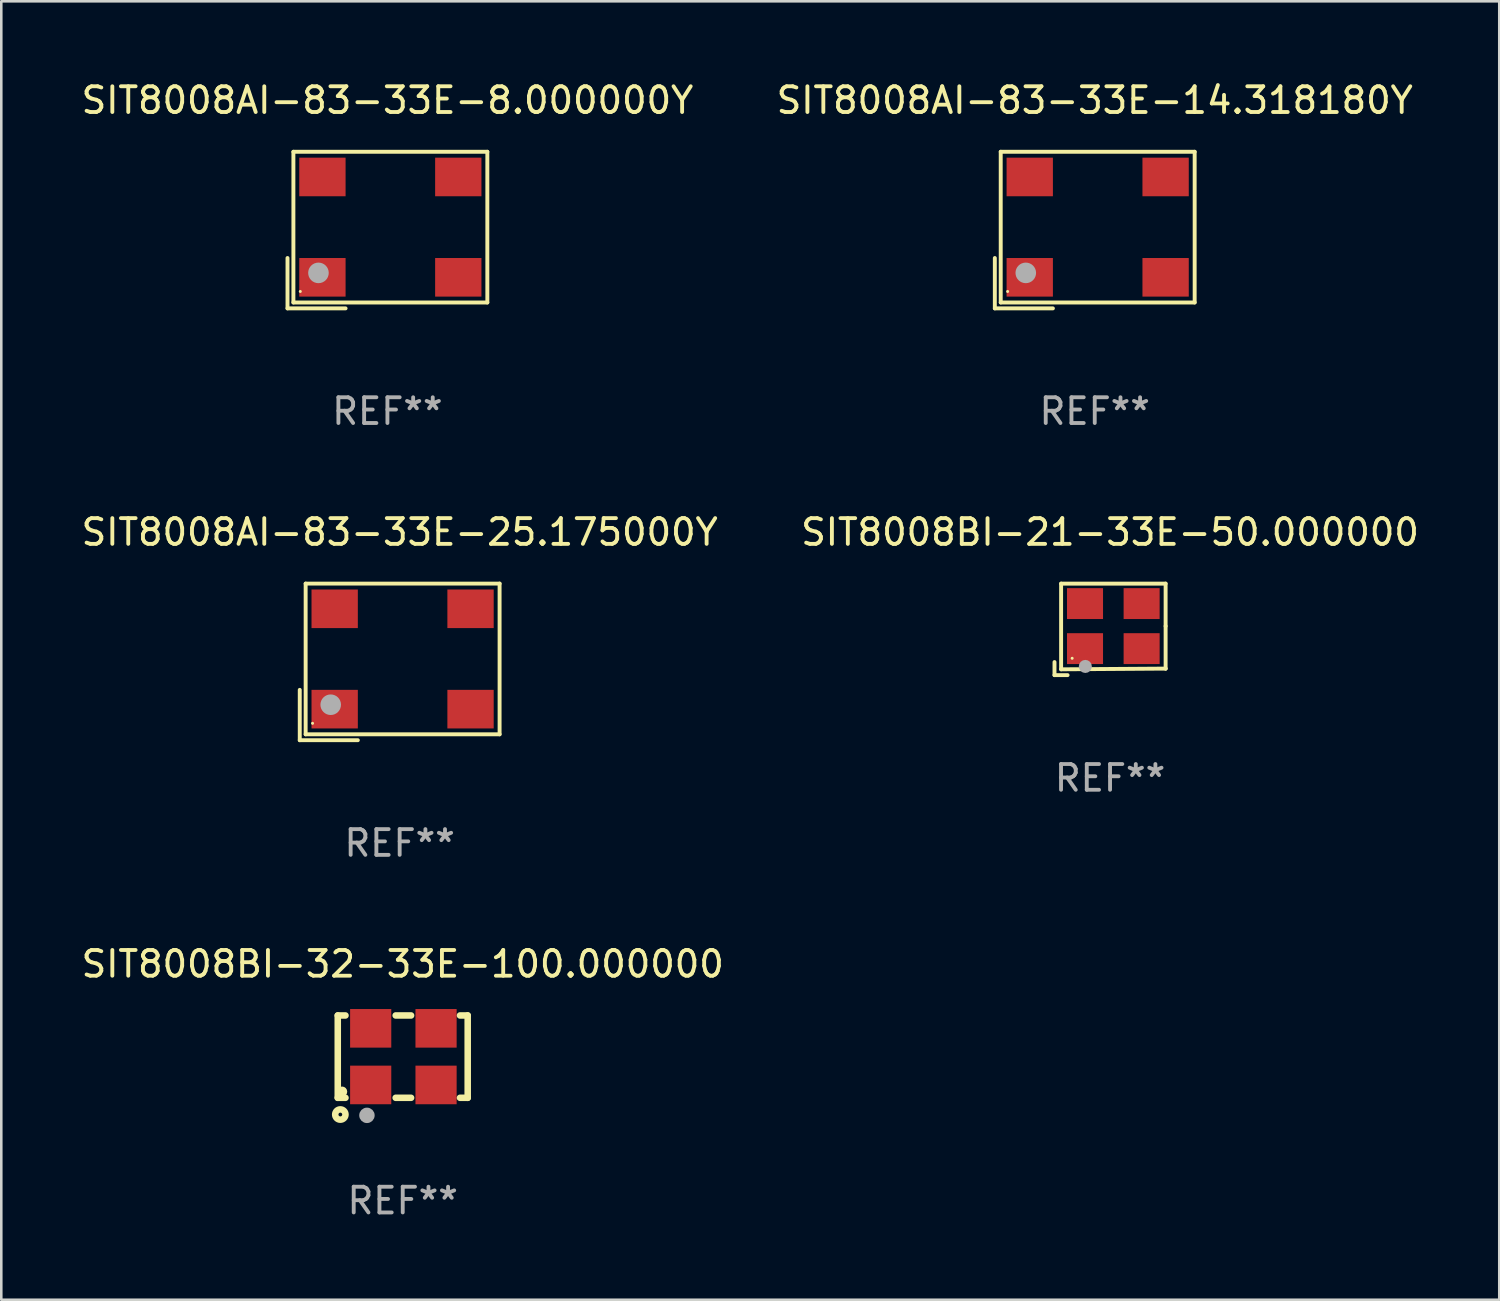
<source format=kicad_pcb>
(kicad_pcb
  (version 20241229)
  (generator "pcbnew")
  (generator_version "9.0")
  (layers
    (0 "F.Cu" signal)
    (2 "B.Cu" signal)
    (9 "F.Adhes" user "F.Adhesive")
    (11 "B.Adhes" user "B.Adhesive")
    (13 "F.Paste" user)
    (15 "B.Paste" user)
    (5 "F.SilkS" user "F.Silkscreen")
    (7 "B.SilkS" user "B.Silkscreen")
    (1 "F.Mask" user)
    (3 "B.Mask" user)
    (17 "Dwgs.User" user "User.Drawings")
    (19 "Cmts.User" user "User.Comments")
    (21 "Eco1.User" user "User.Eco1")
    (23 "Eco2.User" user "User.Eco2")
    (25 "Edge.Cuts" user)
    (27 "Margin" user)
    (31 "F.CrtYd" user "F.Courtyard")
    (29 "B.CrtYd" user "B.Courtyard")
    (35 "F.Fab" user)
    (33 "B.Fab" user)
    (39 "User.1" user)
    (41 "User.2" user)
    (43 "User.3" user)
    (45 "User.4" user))
  (footprint "SIT8008AI-83-33E-25.175000Y"
    (layer "F.Cu")
    (at 12.482 22.673)
    (property "Reference" "SIT8008AI-83-33E-25.175000Y" (at 0 -5.043 0) (layer "F.SilkS") (effects (font (size 1 1) (thickness 0.15))))
    (attr through_hole)
    (fp_line (start -3.883 1.086) (end -3.883 3.043) (stroke (width 0.152) (type solid)) (layer "F.SilkS"))
    (fp_line (start -3.883 3.043) (end -1.626 3.043) (stroke (width 0.152) (type solid)) (layer "F.SilkS"))
    (fp_line (start -3.654 -3.043) (end 3.883 -3.043) (stroke (width 0.152) (type solid)) (layer "F.SilkS"))
    (fp_line (start -3.654 2.814) (end -3.654 -3.043) (stroke (width 0.152) (type solid)) (layer "F.SilkS"))
    (fp_line (start 3.883 -3.043) (end 3.883 2.814) (stroke (width 0.152) (type solid)) (layer "F.SilkS"))
    (fp_line (start 3.883 2.814) (end -3.654 2.814) (stroke (width 0.152) (type solid)) (layer "F.SilkS"))
    (fp_circle (center -3.386 2.386) (end -3.356 2.386) (stroke (width 0.06) (type solid)) (fill no) (layer "F.SilkS"))
    (fp_circle (center -2.68 1.664) (end -2.48 1.664) (stroke (width 0.4) (type solid)) (fill no) (layer "F.Fab"))
    (fp_text user "REF**" (at 0 7.043 0) (layer "F.Fab") (effects (font (size 1 1) (thickness 0.15))))
    (pad "1" smd rect (at -2.526 1.836) (size 1.8 1.5) (layers "F.Cu" "F.Mask" "F.Paste"))
    (pad "2" smd rect (at 2.754 1.836) (size 1.8 1.5) (layers "F.Cu" "F.Mask" "F.Paste"))
    (pad "3" smd rect (at 2.754 -2.064) (size 1.8 1.5) (layers "F.Cu" "F.Mask" "F.Paste"))
    (pad "4" smd rect (at -2.526 -2.064) (size 1.8 1.5) (layers "F.Cu" "F.Mask" "F.Paste")))
  (footprint "SIT8008BI-21-33E-50.000000"
    (layer "F.Cu")
    (at 40.089 21.409)
    (property "Reference" "SIT8008BI-21-33E-50.000000" (at 0 -3.778 0) (layer "F.SilkS") (effects (font (size 1 1) (thickness 0.15))))
    (attr through_hole)
    (fp_line (start -2.159 1.27) (end -2.159 1.778) (stroke (width 0.152) (type solid)) (layer "F.SilkS"))
    (fp_line (start -2.159 1.778) (end -1.651 1.778) (stroke (width 0.152) (type solid)) (layer "F.SilkS"))
    (fp_line (start -1.902 -1.778) (end 2.159 -1.778) (stroke (width 0.152) (type solid)) (layer "F.SilkS"))
    (fp_line (start -1.902 1.552) (end -1.902 -1.778) (stroke (width 0.152) (type solid)) (layer "F.SilkS"))
    (fp_line (start 2.159 -1.778) (end 2.159 -0.127) (stroke (width 0.152) (type solid)) (layer "F.SilkS"))
    (fp_line (start 2.159 -0.127) (end 2.159 1.524) (stroke (width 0.152) (type solid)) (layer "F.SilkS"))
    (fp_line (start 2.159 1.524) (end -1.902 1.552) (stroke (width 0.152) (type solid)) (layer "F.SilkS"))
    (fp_line (start 2.159 1.524) (end 2.159 1.524) (stroke (width 0.152) (type solid)) (layer "F.SilkS"))
    (fp_circle (center -1.473 1.123) (end -1.443 1.123) (stroke (width 0.06) (type solid)) (fill no) (layer "F.SilkS"))
    (fp_circle (center -0.961 1.44) (end -0.834 1.44) (stroke (width 0.254) (type solid)) (fill no) (layer "F.Fab"))
    (fp_text user "REF**" (at 0 5.778 0) (layer "F.Fab") (effects (font (size 1 1) (thickness 0.15))))
    (pad "1" smd rect (at -0.973 0.748) (size 1.4 1.2) (layers "F.Cu" "F.Mask" "F.Paste"))
    (pad "2" smd rect (at 1.227 0.748) (size 1.4 1.2) (layers "F.Cu" "F.Mask" "F.Paste"))
    (pad "3" smd rect (at 1.227 -1.002) (size 1.4 1.2) (layers "F.Cu" "F.Mask" "F.Paste"))
    (pad "4" smd rect (at -0.973 -1.002) (size 1.4 1.2) (layers "F.Cu" "F.Mask" "F.Paste")))
  (footprint "SIT8008BI-32-33E-100.000000"
    (layer "F.Cu")
    (at 12.601 38.013)
    (property "Reference" "SIT8008BI-32-33E-100.000000" (at 0 -3.6 0) (layer "F.SilkS") (effects (font (size 1 1) (thickness 0.15))))
    (attr through_hole)
    (fp_line (start -2.525 -1.6) (end -2.225 -1.6) (stroke (width 0.254) (type solid)) (layer "F.SilkS"))
    (fp_line (start -2.525 1.6) (end -2.525 -1.6) (stroke (width 0.254) (type solid)) (layer "F.SilkS"))
    (fp_line (start -2.225 1.6) (end -2.525 1.6) (stroke (width 0.254) (type solid)) (layer "F.SilkS"))
    (fp_line (start -0.275 -1.6) (end 0.325 -1.6) (stroke (width 0.254) (type solid)) (layer "F.SilkS"))
    (fp_line (start -0.275 1.6) (end 0.325 1.6) (stroke (width 0.254) (type solid)) (layer "F.SilkS"))
    (fp_line (start 2.225 -1.6) (end 2.525 -1.6) (stroke (width 0.254) (type solid)) (layer "F.SilkS"))
    (fp_line (start 2.525 -1.6) (end 2.525 1.6) (stroke (width 0.254) (type solid)) (layer "F.SilkS"))
    (fp_line (start 2.525 1.6) (end 2.225 1.6) (stroke (width 0.254) (type solid)) (layer "F.SilkS"))
    (fp_circle (center -2.425 2.25) (end -2.225 2.25) (stroke (width 0.254) (type solid)) (fill no) (layer "F.SilkS"))
    (fp_circle (center -2.357 1.362) (end -2.257 1.362) (stroke (width 0.2) (type solid)) (fill no) (layer "F.SilkS"))
    (fp_circle (center -1.391 2.282) (end -1.241 2.282) (stroke (width 0.3) (type solid)) (fill no) (layer "F.Fab"))
    (fp_text user "REF**" (at 0 5.6 0) (layer "F.Fab") (effects (font (size 1 1) (thickness 0.15))))
    (pad "1" smd rect (at -1.245 1.1) (size 1.6 1.5) (layers "F.Cu" "F.Mask" "F.Paste"))
    (pad "2" smd rect (at 1.295 1.1) (size 1.6 1.5) (layers "F.Cu" "F.Mask" "F.Paste"))
    (pad "3" smd rect (at 1.295 -1.1 180) (size 1.6 1.5) (layers "F.Cu" "F.Mask" "F.Paste"))
    (pad "4" smd rect (at -1.245 -1.1) (size 1.6 1.5) (layers "F.Cu" "F.Mask" "F.Paste")))
  (footprint "SIT8008AI-83-33E-8.000000Y"
    (layer "F.Cu")
    (at 12.006 5.891)
    (property "Reference" "SIT8008AI-83-33E-8.000000Y" (at 0 -5.043 0) (layer "F.SilkS") (effects (font (size 1 1) (thickness 0.15))))
    (attr through_hole)
    (fp_line (start -3.883 1.086) (end -3.883 3.043) (stroke (width 0.152) (type solid)) (layer "F.SilkS"))
    (fp_line (start -3.883 3.043) (end -1.626 3.043) (stroke (width 0.152) (type solid)) (layer "F.SilkS"))
    (fp_line (start -3.654 -3.043) (end 3.883 -3.043) (stroke (width 0.152) (type solid)) (layer "F.SilkS"))
    (fp_line (start -3.654 2.814) (end -3.654 -3.043) (stroke (width 0.152) (type solid)) (layer "F.SilkS"))
    (fp_line (start 3.883 -3.043) (end 3.883 2.814) (stroke (width 0.152) (type solid)) (layer "F.SilkS"))
    (fp_line (start 3.883 2.814) (end -3.654 2.814) (stroke (width 0.152) (type solid)) (layer "F.SilkS"))
    (fp_circle (center -3.386 2.386) (end -3.356 2.386) (stroke (width 0.06) (type solid)) (fill no) (layer "F.SilkS"))
    (fp_circle (center -2.68 1.664) (end -2.48 1.664) (stroke (width 0.4) (type solid)) (fill no) (layer "F.Fab"))
    (fp_text user "REF**" (at 0 7.043 0) (layer "F.Fab") (effects (font (size 1 1) (thickness 0.15))))
    (pad "1" smd rect (at -2.526 1.836) (size 1.8 1.5) (layers "F.Cu" "F.Mask" "F.Paste"))
    (pad "2" smd rect (at 2.754 1.836) (size 1.8 1.5) (layers "F.Cu" "F.Mask" "F.Paste"))
    (pad "3" smd rect (at 2.754 -2.064) (size 1.8 1.5) (layers "F.Cu" "F.Mask" "F.Paste"))
    (pad "4" smd rect (at -2.526 -2.064) (size 1.8 1.5) (layers "F.Cu" "F.Mask" "F.Paste")))
  (footprint "SIT8008AI-83-33E-14.318180Y"
    (layer "F.Cu")
    (at 39.494 5.891)
    (property "Reference" "SIT8008AI-83-33E-14.318180Y" (at 0 -5.043 0) (layer "F.SilkS") (effects (font (size 1 1) (thickness 0.15))))
    (attr through_hole)
    (fp_line (start -3.883 1.086) (end -3.883 3.043) (stroke (width 0.152) (type solid)) (layer "F.SilkS"))
    (fp_line (start -3.883 3.043) (end -1.626 3.043) (stroke (width 0.152) (type solid)) (layer "F.SilkS"))
    (fp_line (start -3.654 -3.043) (end 3.883 -3.043) (stroke (width 0.152) (type solid)) (layer "F.SilkS"))
    (fp_line (start -3.654 2.814) (end -3.654 -3.043) (stroke (width 0.152) (type solid)) (layer "F.SilkS"))
    (fp_line (start 3.883 -3.043) (end 3.883 2.814) (stroke (width 0.152) (type solid)) (layer "F.SilkS"))
    (fp_line (start 3.883 2.814) (end -3.654 2.814) (stroke (width 0.152) (type solid)) (layer "F.SilkS"))
    (fp_circle (center -3.386 2.386) (end -3.356 2.386) (stroke (width 0.06) (type solid)) (fill no) (layer "F.SilkS"))
    (fp_circle (center -2.68 1.664) (end -2.48 1.664) (stroke (width 0.4) (type solid)) (fill no) (layer "F.Fab"))
    (fp_text user "REF**" (at 0 7.043 0) (layer "F.Fab") (effects (font (size 1 1) (thickness 0.15))))
    (pad "1" smd rect (at -2.526 1.836) (size 1.8 1.5) (layers "F.Cu" "F.Mask" "F.Paste"))
    (pad "2" smd rect (at 2.754 1.836) (size 1.8 1.5) (layers "F.Cu" "F.Mask" "F.Paste"))
    (pad "3" smd rect (at 2.754 -2.064) (size 1.8 1.5) (layers "F.Cu" "F.Mask" "F.Paste"))
    (pad "4" smd rect (at -2.526 -2.064) (size 1.8 1.5) (layers "F.Cu" "F.Mask" "F.Paste")))
  (gr_rect
    (start -3 -3)
    (end 55.214 47.461)
    (stroke (width 0.1) (type default))
    (fill no)
    (layer "Edge.Cuts")))
</source>
